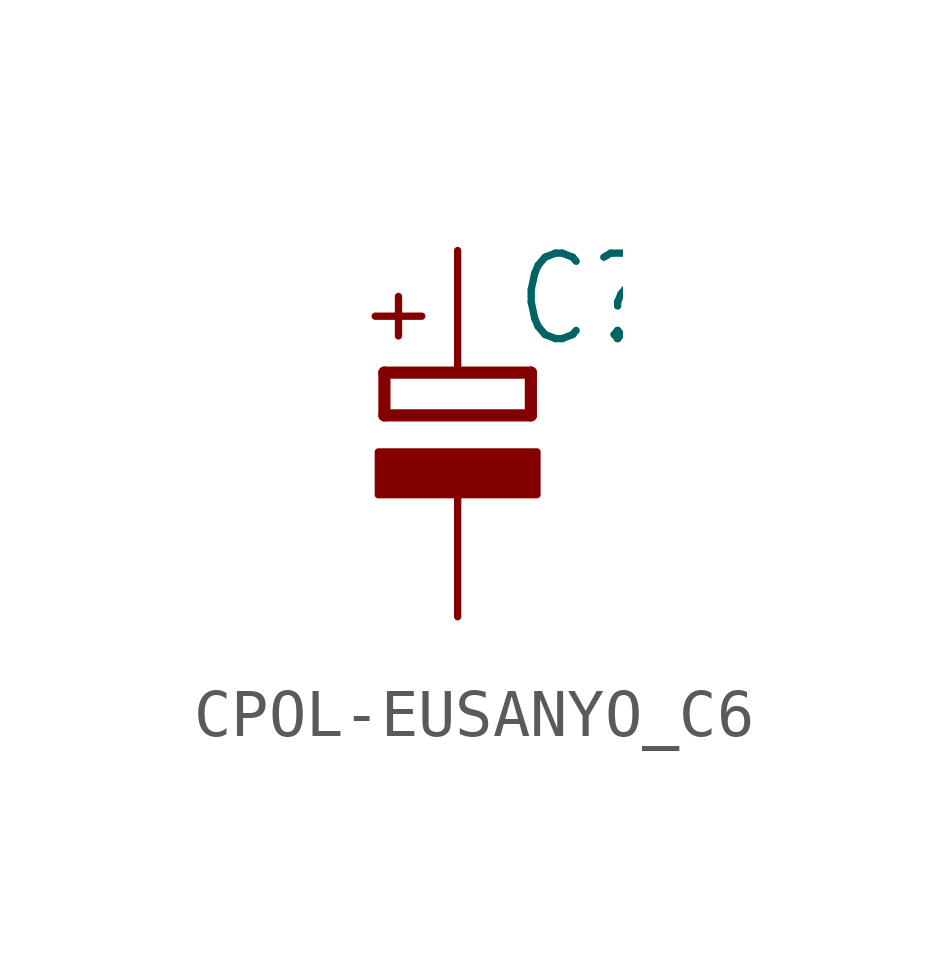
<source format=kicad_sym>
(kicad_symbol_lib
  (version 20231120)
  (generator "kicad_symbol_editor")
  (generator_version "8.0")
  (symbol "CPOL-EUSANYO_C6"
    (property "Reference" "C"
      (at 1.143 0.483 0)
      (effects (font (size 1.778 1.511)) (justify left bottom)))
    (property "Value" ""
      (at 1.143 -4.597 0)
      (effects (font (size 1.778 1.511)) (justify left bottom)))
    (property "ki_locked" ""
      (at 0 0 0)
      (effects (font (size 1.27 1.27))))
    (symbol "CPOL-EUSANYO_C6_1_0"
      (rectangle (start -1.651 -2.54) (end 1.651 -1.651) (stroke (width 0) (type default)) (fill (type outline)))
      (polyline (pts (xy -1.524 -0.889) (xy 1.524 -0.889)) (stroke (width 0.254) (type solid)) (fill (type none)))
      (polyline (pts (xy -1.524 0) (xy -1.524 -0.889)) (stroke (width 0.254) (type solid)) (fill (type none)))
      (polyline (pts (xy -1.524 0) (xy 1.524 0)) (stroke (width 0.254) (type solid)) (fill (type none)))
      (polyline (pts (xy 1.524 -0.889) (xy 1.524 0)) (stroke (width 0.254) (type solid)) (fill (type none)))
      (text "+" (at -0.584 0.406 900) (effects (font (size 1.27 1.079)) (justify left bottom)))
      (pin passive line (at 0 2.54 270) (length 2.54) (name "+" (effects (font (size 0 0)))) (number "+" (effects (font (size 0 0)))))
      (pin passive line (at 0 -5.08 90) (length 2.54) (name "-" (effects (font (size 0 0)))) (number "-" (effects (font (size 0 0))))))))
</source>
